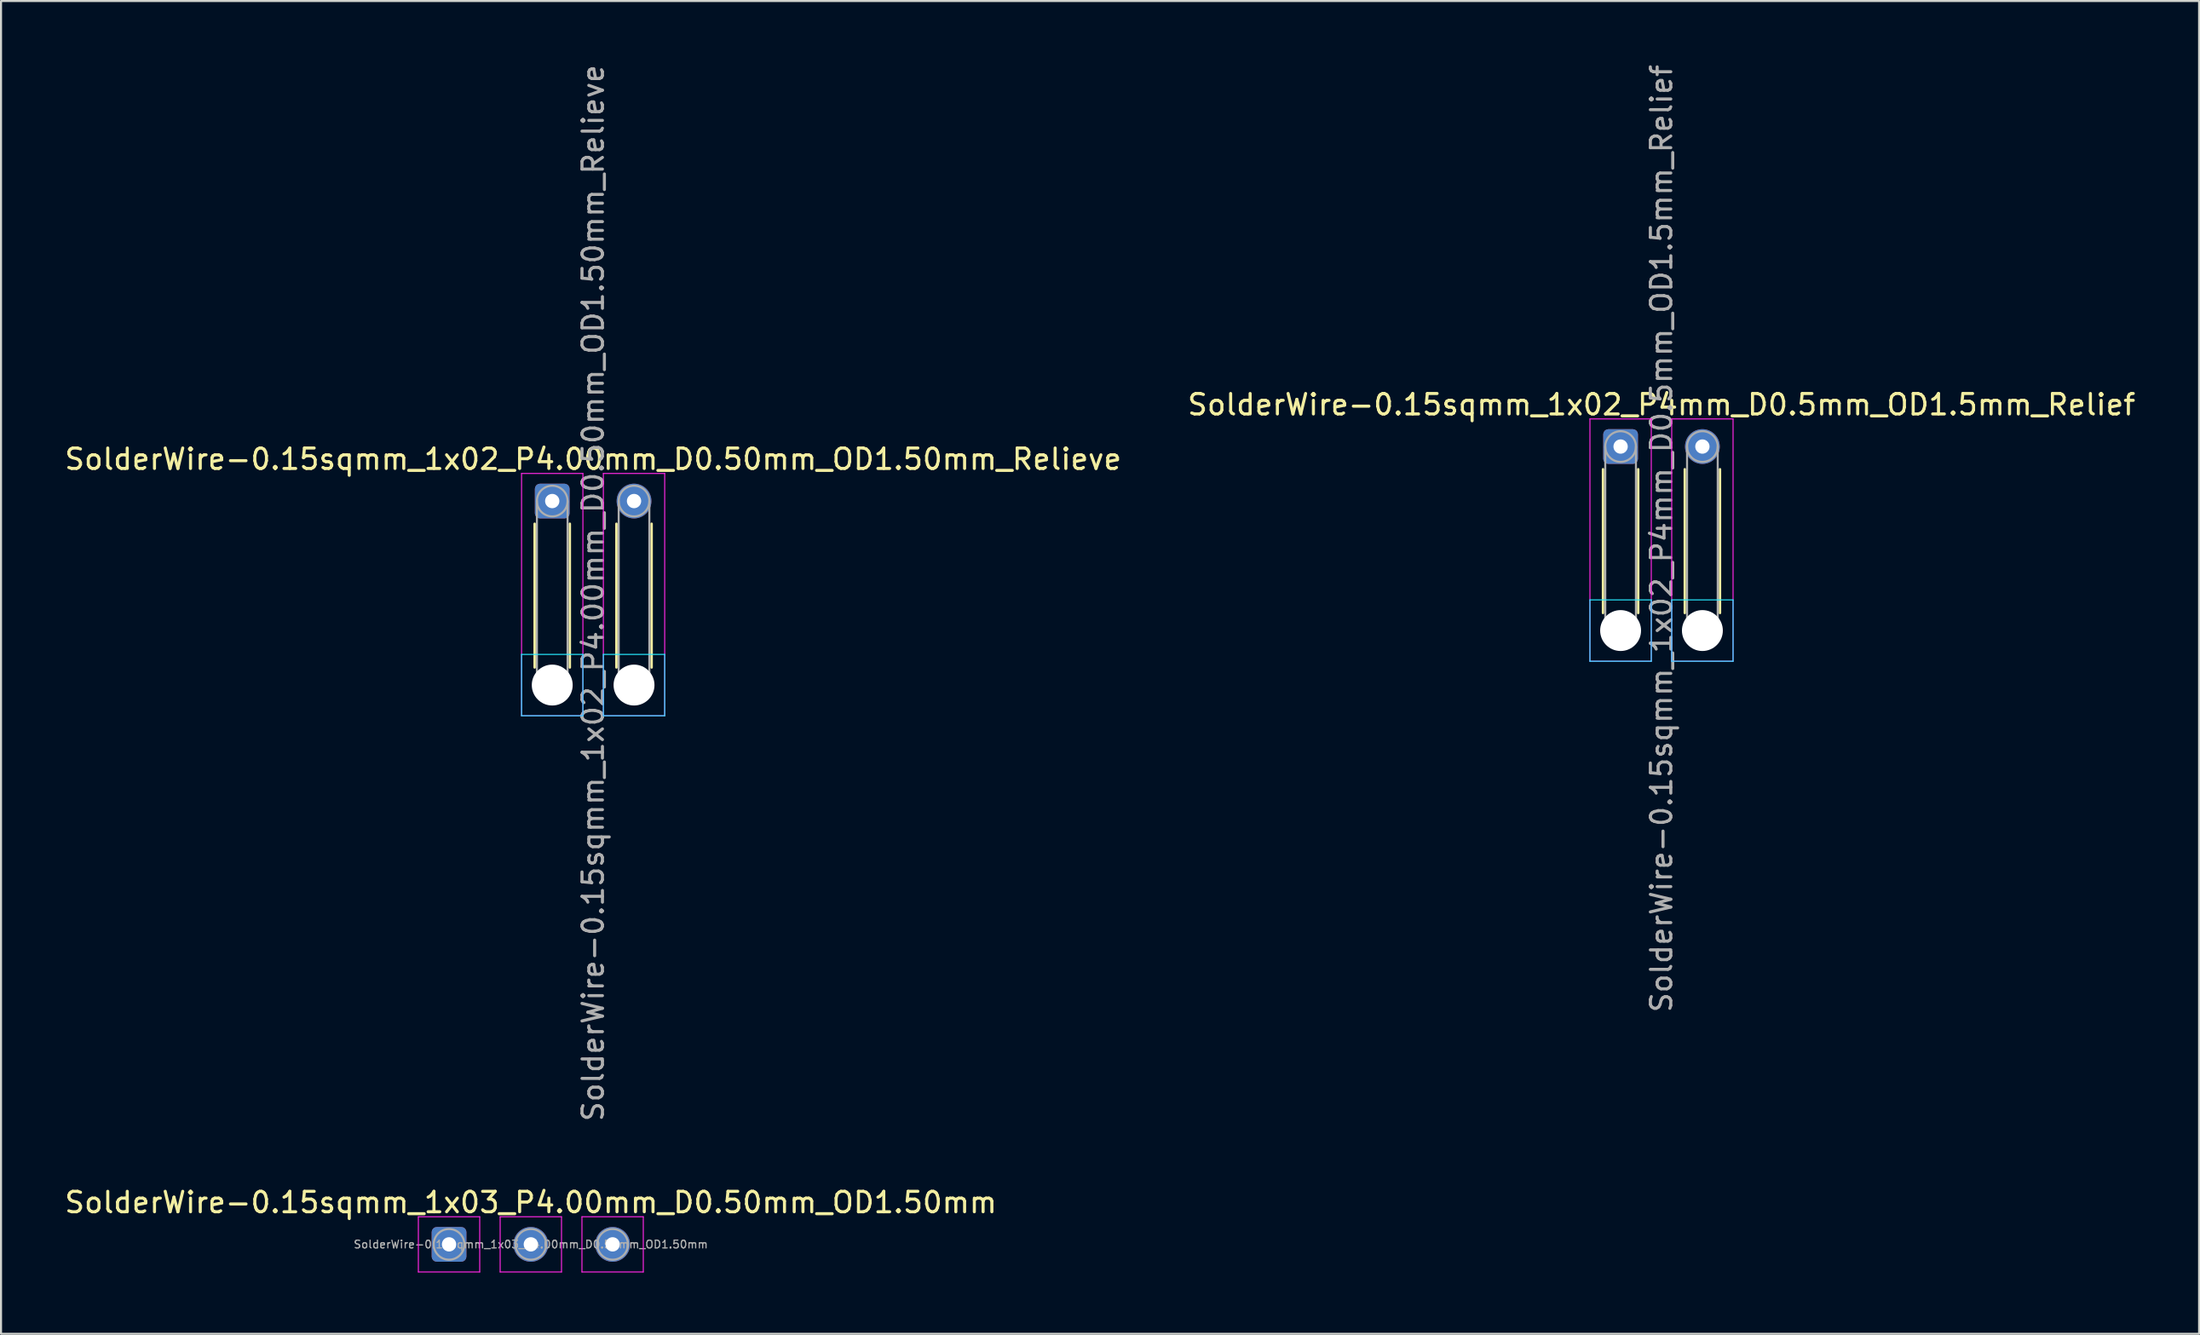
<source format=kicad_pcb>
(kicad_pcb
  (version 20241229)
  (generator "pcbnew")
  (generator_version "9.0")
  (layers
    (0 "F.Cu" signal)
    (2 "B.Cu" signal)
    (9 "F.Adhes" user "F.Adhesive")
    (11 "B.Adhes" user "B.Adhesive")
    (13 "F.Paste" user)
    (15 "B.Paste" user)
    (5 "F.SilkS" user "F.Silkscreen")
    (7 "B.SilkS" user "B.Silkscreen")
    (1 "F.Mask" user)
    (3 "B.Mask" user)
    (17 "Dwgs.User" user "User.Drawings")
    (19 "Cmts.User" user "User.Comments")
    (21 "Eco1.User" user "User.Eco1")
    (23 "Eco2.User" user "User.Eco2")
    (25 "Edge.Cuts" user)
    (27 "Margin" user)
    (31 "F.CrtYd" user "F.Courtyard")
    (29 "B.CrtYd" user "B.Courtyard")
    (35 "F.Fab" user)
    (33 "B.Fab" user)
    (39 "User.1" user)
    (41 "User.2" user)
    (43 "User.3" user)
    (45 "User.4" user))
  (footprint "SolderWire-0.15sqmm_1x03_P4.00mm_D0.50mm_OD1.50mm"
    (layer "F.Cu")
    (at 18.911 57.815)
    (property "Reference" "SolderWire-0.15sqmm_1x03_P4.00mm_D0.50mm_OD1.50mm" (at 4 -2.05 0) (layer "F.SilkS") (effects (font (size 1 1) (thickness 0.15))))
    (attr exclude_from_pos_files exclude_from_bom)
    (fp_line (start -1.5 -1.35) (end -1.5 1.35) (stroke (width 0.05) (type solid)) (layer "F.CrtYd"))
    (fp_line (start -1.5 1.35) (end 1.5 1.35) (stroke (width 0.05) (type solid)) (layer "F.CrtYd"))
    (fp_line (start 1.5 -1.35) (end -1.5 -1.35) (stroke (width 0.05) (type solid)) (layer "F.CrtYd"))
    (fp_line (start 1.5 1.35) (end 1.5 -1.35) (stroke (width 0.05) (type solid)) (layer "F.CrtYd"))
    (fp_line (start 2.5 -1.35) (end 2.5 1.35) (stroke (width 0.05) (type solid)) (layer "F.CrtYd"))
    (fp_line (start 2.5 1.35) (end 5.5 1.35) (stroke (width 0.05) (type solid)) (layer "F.CrtYd"))
    (fp_line (start 5.5 -1.35) (end 2.5 -1.35) (stroke (width 0.05) (type solid)) (layer "F.CrtYd"))
    (fp_line (start 5.5 1.35) (end 5.5 -1.35) (stroke (width 0.05) (type solid)) (layer "F.CrtYd"))
    (fp_line (start 6.5 -1.35) (end 6.5 1.35) (stroke (width 0.05) (type solid)) (layer "F.CrtYd"))
    (fp_line (start 6.5 1.35) (end 9.5 1.35) (stroke (width 0.05) (type solid)) (layer "F.CrtYd"))
    (fp_line (start 9.5 -1.35) (end 6.5 -1.35) (stroke (width 0.05) (type solid)) (layer "F.CrtYd"))
    (fp_line (start 9.5 1.35) (end 9.5 -1.35) (stroke (width 0.05) (type solid)) (layer "F.CrtYd"))
    (fp_circle (center 0 0) (end 0.75 0) (stroke (width 0.1) (type solid)) (fill no) (layer "F.Fab"))
    (fp_circle (center 4 0) (end 4.75 0) (stroke (width 0.1) (type solid)) (fill no) (layer "F.Fab"))
    (fp_circle (center 8 0) (end 8.75 0) (stroke (width 0.1) (type solid)) (fill no) (layer "F.Fab"))
    (fp_text user "${REFERENCE}" (at 4 0 0) (layer "F.Fab") (effects (font (size 0.38 0.38) (thickness 0.06))))
    (pad "1" thru_hole roundrect (at 0 0) (size 1.7 1.7) (drill 0.7) (layers "*.Cu" "*.Mask") (roundrect_rratio 0.147))
    (pad "2" thru_hole circle (at 4 0) (size 1.7 1.7) (drill 0.7) (layers "*.Cu" "*.Mask"))
    (pad "3" thru_hole circle (at 8 0) (size 1.7 1.7) (drill 0.7) (layers "*.Cu" "*.Mask")))
  (footprint "SolderWire-0.15sqmm_1x02_P4.00mm_D0.50mm_OD1.50mm_Relieve"
    (layer "F.Cu")
    (at 23.958 21.458)
    (property "Reference" "SolderWire-0.15sqmm_1x02_P4.00mm_D0.50mm_OD1.50mm_Relieve" (at 2 -2.05 0) (layer "F.SilkS") (effects (font (size 1 1) (thickness 0.15))))
    (attr exclude_from_pos_files exclude_from_bom)
    (fp_line (start -0.86 1.11) (end -0.86 8.14) (stroke (width 0.12) (type solid)) (layer "F.SilkS"))
    (fp_line (start 0.86 1.11) (end 0.86 8.14) (stroke (width 0.12) (type solid)) (layer "F.SilkS"))
    (fp_line (start 3.14 1.11) (end 3.14 8.14) (stroke (width 0.12) (type solid)) (layer "F.SilkS"))
    (fp_line (start 4.86 1.11) (end 4.86 8.14) (stroke (width 0.12) (type solid)) (layer "F.SilkS"))
    (fp_line (start -1.5 7.5) (end -1.5 10.5) (stroke (width 0.05) (type solid)) (layer "B.CrtYd"))
    (fp_line (start -1.5 10.5) (end 1.5 10.5) (stroke (width 0.05) (type solid)) (layer "B.CrtYd"))
    (fp_line (start 1.5 7.5) (end -1.5 7.5) (stroke (width 0.05) (type solid)) (layer "B.CrtYd"))
    (fp_line (start 1.5 10.5) (end 1.5 7.5) (stroke (width 0.05) (type solid)) (layer "B.CrtYd"))
    (fp_line (start 2.5 7.5) (end 2.5 10.5) (stroke (width 0.05) (type solid)) (layer "B.CrtYd"))
    (fp_line (start 2.5 10.5) (end 5.5 10.5) (stroke (width 0.05) (type solid)) (layer "B.CrtYd"))
    (fp_line (start 5.5 7.5) (end 2.5 7.5) (stroke (width 0.05) (type solid)) (layer "B.CrtYd"))
    (fp_line (start 5.5 10.5) (end 5.5 7.5) (stroke (width 0.05) (type solid)) (layer "B.CrtYd"))
    (fp_line (start -1.5 -1.35) (end -1.5 10.5) (stroke (width 0.05) (type solid)) (layer "F.CrtYd"))
    (fp_line (start -1.5 10.5) (end 1.5 10.5) (stroke (width 0.05) (type solid)) (layer "F.CrtYd"))
    (fp_line (start 1.5 -1.35) (end -1.5 -1.35) (stroke (width 0.05) (type solid)) (layer "F.CrtYd"))
    (fp_line (start 1.5 10.5) (end 1.5 -1.35) (stroke (width 0.05) (type solid)) (layer "F.CrtYd"))
    (fp_line (start 2.5 -1.35) (end 2.5 10.5) (stroke (width 0.05) (type solid)) (layer "F.CrtYd"))
    (fp_line (start 2.5 10.5) (end 5.5 10.5) (stroke (width 0.05) (type solid)) (layer "F.CrtYd"))
    (fp_line (start 5.5 -1.35) (end 2.5 -1.35) (stroke (width 0.05) (type solid)) (layer "F.CrtYd"))
    (fp_line (start 5.5 10.5) (end 5.5 -1.35) (stroke (width 0.05) (type solid)) (layer "F.CrtYd"))
    (fp_line (start -0.75 0) (end -0.75 9) (stroke (width 0.1) (type solid)) (layer "F.Fab"))
    (fp_line (start 0.75 0) (end 0.75 9) (stroke (width 0.1) (type solid)) (layer "F.Fab"))
    (fp_line (start 3.25 0) (end 3.25 9) (stroke (width 0.1) (type solid)) (layer "F.Fab"))
    (fp_line (start 4.75 0) (end 4.75 9) (stroke (width 0.1) (type solid)) (layer "F.Fab"))
    (fp_circle (center 0 0) (end 0.75 0) (stroke (width 0.1) (type solid)) (fill no) (layer "F.Fab"))
    (fp_circle (center 0 9) (end 0.75 9) (stroke (width 0.1) (type solid)) (fill no) (layer "F.Fab"))
    (fp_circle (center 4 0) (end 4.75 0) (stroke (width 0.1) (type solid)) (fill no) (layer "F.Fab"))
    (fp_circle (center 4 9) (end 4.75 9) (stroke (width 0.1) (type solid)) (fill no) (layer "F.Fab"))
    (fp_text user "${REFERENCE}" (at 2 4.5 90) (layer "F.Fab") (effects (font (size 1 1) (thickness 0.15))))
    (pad "" np_thru_hole circle (at 0 9) (size 2 2) (drill 2) (layers "*.Cu" "*.Mask"))
    (pad "" np_thru_hole circle (at 4 9) (size 2 2) (drill 2) (layers "*.Cu" "*.Mask"))
    (pad "1" thru_hole roundrect (at 0 0) (size 1.7 1.7) (drill 0.7) (layers "*.Cu" "*.Mask") (roundrect_rratio 0.147))
    (pad "2" thru_hole circle (at 4 0) (size 1.7 1.7) (drill 0.7) (layers "*.Cu" "*.Mask")))
  (footprint "SolderWire-0.15sqmm_1x02_P4mm_D0.5mm_OD1.5mm_Relief"
    (layer "F.Cu")
    (at 76.208 18.792)
    (property "Reference" "SolderWire-0.15sqmm_1x02_P4mm_D0.5mm_OD1.5mm_Relief" (at 2 -2.05 0) (layer "F.SilkS") (effects (font (size 1 1) (thickness 0.15))))
    (attr exclude_from_pos_files exclude_from_bom)
    (fp_line (start -0.86 1.11) (end -0.86 8.14) (stroke (width 0.12) (type solid)) (layer "F.SilkS"))
    (fp_line (start 0.86 1.11) (end 0.86 8.14) (stroke (width 0.12) (type solid)) (layer "F.SilkS"))
    (fp_line (start 3.14 1.11) (end 3.14 8.14) (stroke (width 0.12) (type solid)) (layer "F.SilkS"))
    (fp_line (start 4.86 1.11) (end 4.86 8.14) (stroke (width 0.12) (type solid)) (layer "F.SilkS"))
    (fp_line (start -1.5 7.5) (end -1.5 10.5) (stroke (width 0.05) (type solid)) (layer "B.CrtYd"))
    (fp_line (start -1.5 10.5) (end 1.5 10.5) (stroke (width 0.05) (type solid)) (layer "B.CrtYd"))
    (fp_line (start 1.5 7.5) (end -1.5 7.5) (stroke (width 0.05) (type solid)) (layer "B.CrtYd"))
    (fp_line (start 1.5 10.5) (end 1.5 7.5) (stroke (width 0.05) (type solid)) (layer "B.CrtYd"))
    (fp_line (start 2.5 7.5) (end 2.5 10.5) (stroke (width 0.05) (type solid)) (layer "B.CrtYd"))
    (fp_line (start 2.5 10.5) (end 5.5 10.5) (stroke (width 0.05) (type solid)) (layer "B.CrtYd"))
    (fp_line (start 5.5 7.5) (end 2.5 7.5) (stroke (width 0.05) (type solid)) (layer "B.CrtYd"))
    (fp_line (start 5.5 10.5) (end 5.5 7.5) (stroke (width 0.05) (type solid)) (layer "B.CrtYd"))
    (fp_line (start -1.5 -1.35) (end -1.5 10.5) (stroke (width 0.05) (type solid)) (layer "F.CrtYd"))
    (fp_line (start -1.5 10.5) (end 1.5 10.5) (stroke (width 0.05) (type solid)) (layer "F.CrtYd"))
    (fp_line (start 1.5 -1.35) (end -1.5 -1.35) (stroke (width 0.05) (type solid)) (layer "F.CrtYd"))
    (fp_line (start 1.5 10.5) (end 1.5 -1.35) (stroke (width 0.05) (type solid)) (layer "F.CrtYd"))
    (fp_line (start 2.5 -1.35) (end 2.5 10.5) (stroke (width 0.05) (type solid)) (layer "F.CrtYd"))
    (fp_line (start 2.5 10.5) (end 5.5 10.5) (stroke (width 0.05) (type solid)) (layer "F.CrtYd"))
    (fp_line (start 5.5 -1.35) (end 2.5 -1.35) (stroke (width 0.05) (type solid)) (layer "F.CrtYd"))
    (fp_line (start 5.5 10.5) (end 5.5 -1.35) (stroke (width 0.05) (type solid)) (layer "F.CrtYd"))
    (fp_line (start -0.75 0) (end -0.75 9) (stroke (width 0.1) (type solid)) (layer "F.Fab"))
    (fp_line (start 0.75 0) (end 0.75 9) (stroke (width 0.1) (type solid)) (layer "F.Fab"))
    (fp_line (start 3.25 0) (end 3.25 9) (stroke (width 0.1) (type solid)) (layer "F.Fab"))
    (fp_line (start 4.75 0) (end 4.75 9) (stroke (width 0.1) (type solid)) (layer "F.Fab"))
    (fp_circle (center 0 0) (end 0.75 0) (stroke (width 0.1) (type solid)) (fill no) (layer "F.Fab"))
    (fp_circle (center 0 9) (end 0.75 9) (stroke (width 0.1) (type solid)) (fill no) (layer "F.Fab"))
    (fp_circle (center 4 0) (end 4.75 0) (stroke (width 0.1) (type solid)) (fill no) (layer "F.Fab"))
    (fp_circle (center 4 9) (end 4.75 9) (stroke (width 0.1) (type solid)) (fill no) (layer "F.Fab"))
    (fp_text user "${REFERENCE}" (at 2 4.5 90) (layer "F.Fab") (effects (font (size 1 1) (thickness 0.15))))
    (pad "" np_thru_hole circle (at 0 9) (size 2 2) (drill 2) (layers "*.Cu" "*.Mask"))
    (pad "" np_thru_hole circle (at 4 9) (size 2 2) (drill 2) (layers "*.Cu" "*.Mask"))
    (pad "1" thru_hole roundrect (at 0 0) (size 1.7 1.7) (drill 0.7) (layers "*.Cu" "*.Mask") (roundrect_rratio 0.147))
    (pad "2" thru_hole circle (at 4 0) (size 1.7 1.7) (drill 0.7) (layers "*.Cu" "*.Mask")))
  (gr_rect
    (start -3 -3)
    (end 104.5 62.19)
    (stroke (width 0.1) (type default))
    (fill no)
    (layer "Edge.Cuts")))
</source>
